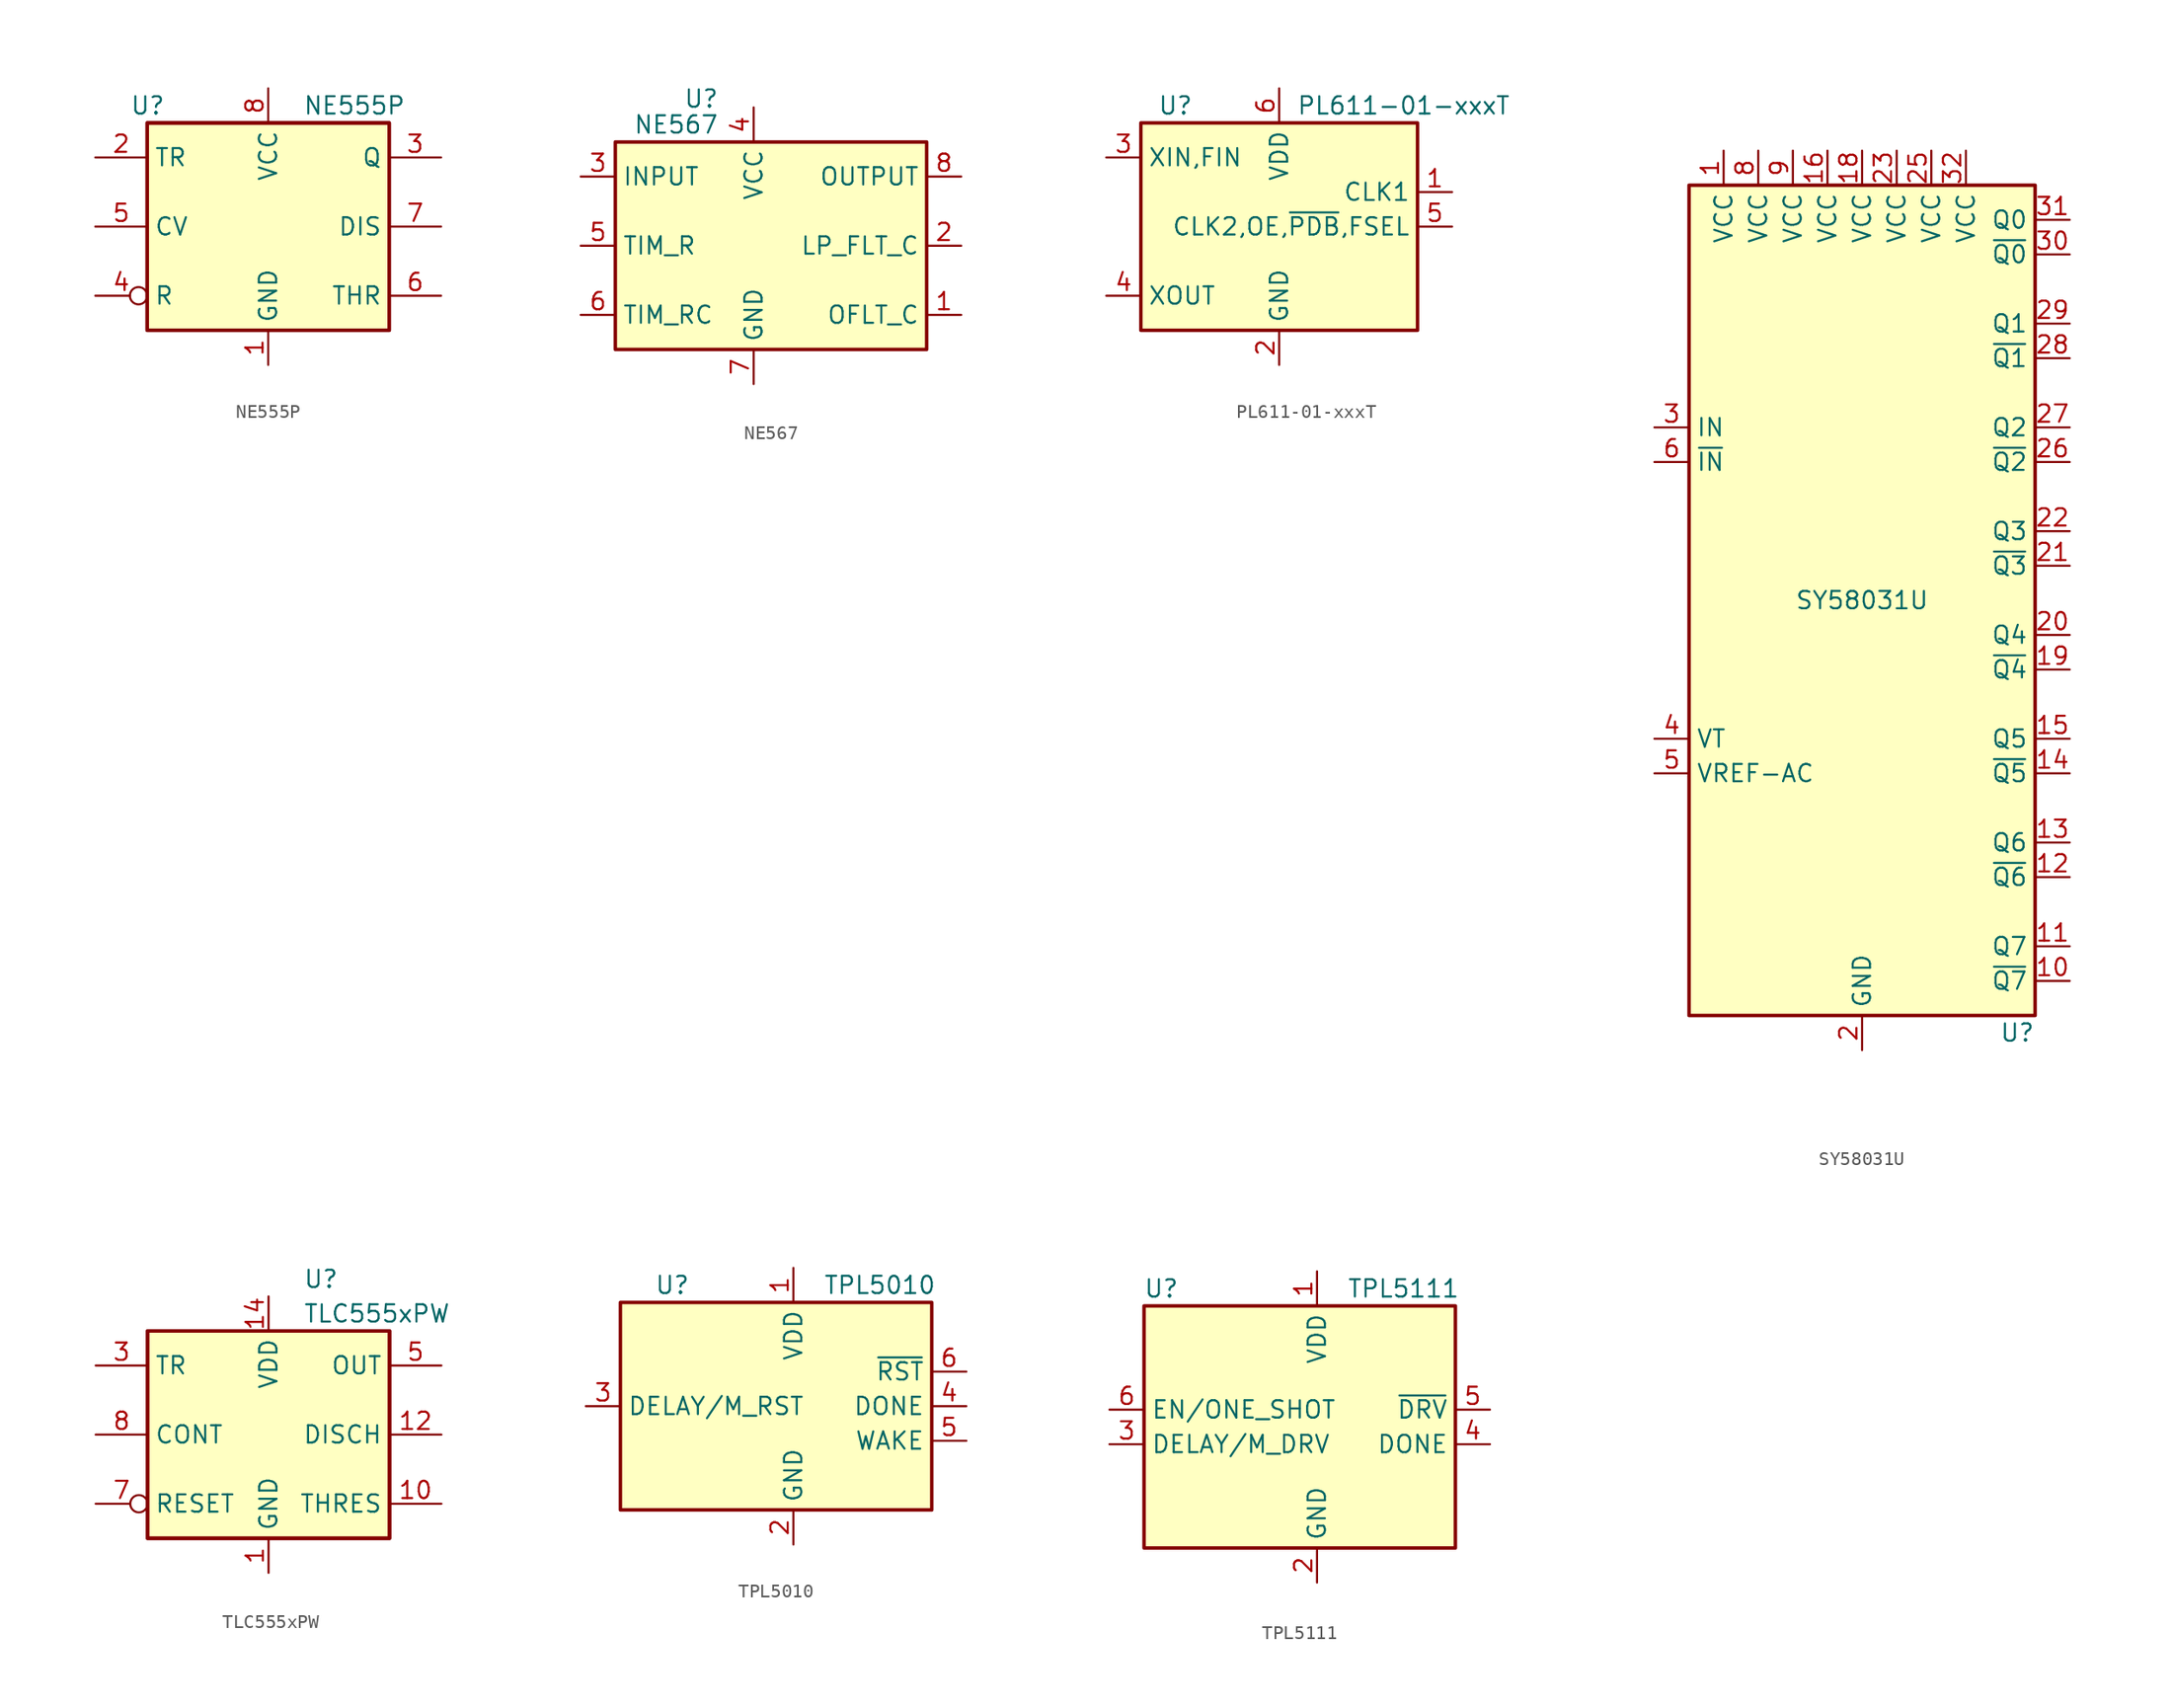
<source format=kicad_sym>
(kicad_symbol_lib
  (version 20211014)
  (generator kicad_symbol_editor)
  (symbol "NE555P"
    (property "Reference" "U"
      (at -10.16 8.89 0)
      (effects (font (size 1.27 1.27)) (justify left)))
    (property "Value" "NE555P"
      (at 2.54 8.89 0)
      (effects (font (size 1.27 1.27)) (justify left)))
    (symbol "NE555P_0_0"
      (pin power_in line (at 0 -10.16 90) (length 2.54) (name "GND" (effects (font (size 1.27 1.27)))) (number "1" (effects (font (size 1.27 1.27)))))
      (pin power_in line (at 0 10.16 270) (length 2.54) (name "VCC" (effects (font (size 1.27 1.27)))) (number "8" (effects (font (size 1.27 1.27))))))
    (symbol "NE555P_0_1"
      (rectangle (start -8.89 -7.62) (end 8.89 7.62) (stroke (width 0.254) (type default) (color 0 0 0 0)) (fill (type background)))
      (rectangle (start -8.89 -7.62) (end 8.89 7.62) (stroke (width 0.254) (type default) (color 0 0 0 0)) (fill (type background))))
    (symbol "NE555P_1_1"
      (pin input line (at -12.7 5.08 0) (length 3.81) (name "TR" (effects (font (size 1.27 1.27)))) (number "2" (effects (font (size 1.27 1.27)))))
      (pin output line (at 12.7 5.08 180) (length 3.81) (name "Q" (effects (font (size 1.27 1.27)))) (number "3" (effects (font (size 1.27 1.27)))))
      (pin input inverted (at -12.7 -5.08 0) (length 3.81) (name "R" (effects (font (size 1.27 1.27)))) (number "4" (effects (font (size 1.27 1.27)))))
      (pin input line (at -12.7 0 0) (length 3.81) (name "CV" (effects (font (size 1.27 1.27)))) (number "5" (effects (font (size 1.27 1.27)))))
      (pin input line (at 12.7 -5.08 180) (length 3.81) (name "THR" (effects (font (size 1.27 1.27)))) (number "6" (effects (font (size 1.27 1.27)))))
      (pin input line (at 12.7 0 180) (length 3.81) (name "DIS" (effects (font (size 1.27 1.27)))) (number "7" (effects (font (size 1.27 1.27)))))))
  (symbol "NE567"
    (property "Reference" "U"
      (at -2.54 10.795 0)
      (effects (font (size 1.27 1.27)) (justify right)))
    (property "Value" "NE567"
      (at -2.54 8.89 0)
      (effects (font (size 1.27 1.27)) (justify right)))
    (symbol "NE567_0_1"
      (rectangle (start -10.16 7.62) (end 12.7 -7.62) (stroke (width 0.254) (type default) (color 0 0 0 0)) (fill (type background))))
    (symbol "NE567_1_1"
      (pin output line (at 15.24 -5.08 180) (length 2.54) (name "OFLT_C" (effects (font (size 1.27 1.27)))) (number "1" (effects (font (size 1.27 1.27)))))
      (pin output line (at 15.24 0 180) (length 2.54) (name "LP_FLT_C" (effects (font (size 1.27 1.27)))) (number "2" (effects (font (size 1.27 1.27)))))
      (pin input line (at -12.7 5.08 0) (length 2.54) (name "INPUT" (effects (font (size 1.27 1.27)))) (number "3" (effects (font (size 1.27 1.27)))))
      (pin power_in line (at 0 10.16 270) (length 2.54) (name "VCC" (effects (font (size 1.27 1.27)))) (number "4" (effects (font (size 1.27 1.27)))))
      (pin input line (at -12.7 0 0) (length 2.54) (name "TIM_R" (effects (font (size 1.27 1.27)))) (number "5" (effects (font (size 1.27 1.27)))))
      (pin input line (at -12.7 -5.08 0) (length 2.54) (name "TIM_RC" (effects (font (size 1.27 1.27)))) (number "6" (effects (font (size 1.27 1.27)))))
      (pin power_in line (at 0 -10.16 90) (length 2.54) (name "GND" (effects (font (size 1.27 1.27)))) (number "7" (effects (font (size 1.27 1.27)))))
      (pin output line (at 15.24 5.08 180) (length 2.54) (name "OUTPUT" (effects (font (size 1.27 1.27)))) (number "8" (effects (font (size 1.27 1.27)))))))
  (symbol "PL611-01-xxxT"
    (property "Reference" "U"
      (at -7.62 8.89 0)
      (effects (font (size 1.27 1.27))))
    (property "Value" "PL611-01-xxxT"
      (at 1.27 8.89 0)
      (effects (font (size 1.27 1.27)) (justify left)))
    (symbol "PL611-01-xxxT_0_1"
      (rectangle (start -10.16 7.62) (end 10.16 -7.62) (stroke (width 0.254) (type default) (color 0 0 0 0)) (fill (type background))))
    (symbol "PL611-01-xxxT_1_1"
      (pin output line (at 12.7 2.54 180) (length 2.54) (name "CLK1" (effects (font (size 1.27 1.27)))) (number "1" (effects (font (size 1.27 1.27)))))
      (pin power_in line (at 0 -10.16 90) (length 2.54) (name "GND" (effects (font (size 1.27 1.27)))) (number "2" (effects (font (size 1.27 1.27)))))
      (pin input line (at -12.7 5.08 0) (length 2.54) (name "XIN,FIN" (effects (font (size 1.27 1.27)))) (number "3" (effects (font (size 1.27 1.27)))))
      (pin output line (at -12.7 -5.08 0) (length 2.54) (name "XOUT" (effects (font (size 1.27 1.27)))) (number "4" (effects (font (size 1.27 1.27)))))
      (pin bidirectional line (at 12.7 0 180) (length 2.54) (name "CLK2,OE,~{PDB},FSEL" (effects (font (size 1.27 1.27)))) (number "5" (effects (font (size 1.27 1.27)))))
      (pin power_in line (at 0 10.16 270) (length 2.54) (name "VDD" (effects (font (size 1.27 1.27)))) (number "6" (effects (font (size 1.27 1.27)))))))
  (symbol "SY58031U"
    (property "Reference" "U"
      (at 12.7 -31.75 0)
      (effects (font (size 1.27 1.27)) (justify right)))
    (property "Value" "SY58031U"
      (at 0 0 0)
      (effects (font (size 1.27 1.27))))
    (symbol "SY58031U_0_1"
      (rectangle (start 12.7 30.48) (end -12.7 -30.48) (stroke (width 0.254) (type default) (color 0 0 0 0)) (fill (type background))))
    (symbol "SY58031U_1_1"
      (pin power_in line (at -10.16 33.02 270) (length 2.54) (name "VCC" (effects (font (size 1.27 1.27)))) (number "1" (effects (font (size 1.27 1.27)))))
      (pin output line (at 15.24 -27.94 180) (length 2.54) (name "~{Q7}" (effects (font (size 1.27 1.27)))) (number "10" (effects (font (size 1.27 1.27)))))
      (pin output line (at 15.24 -25.4 180) (length 2.54) (name "Q7" (effects (font (size 1.27 1.27)))) (number "11" (effects (font (size 1.27 1.27)))))
      (pin output line (at 15.24 -20.32 180) (length 2.54) (name "~{Q6}" (effects (font (size 1.27 1.27)))) (number "12" (effects (font (size 1.27 1.27)))))
      (pin output line (at 15.24 -17.78 180) (length 2.54) (name "Q6" (effects (font (size 1.27 1.27)))) (number "13" (effects (font (size 1.27 1.27)))))
      (pin output line (at 15.24 -12.7 180) (length 2.54) (name "~{Q5}" (effects (font (size 1.27 1.27)))) (number "14" (effects (font (size 1.27 1.27)))))
      (pin output line (at 15.24 -10.16 180) (length 2.54) (name "Q5" (effects (font (size 1.27 1.27)))) (number "15" (effects (font (size 1.27 1.27)))))
      (pin power_in line (at -2.54 33.02 270) (length 2.54) (name "VCC" (effects (font (size 1.27 1.27)))) (number "16" (effects (font (size 1.27 1.27)))))
      (pin passive line (at 0 -33.02 90) (length 2.54) hide (name "GND" (effects (font (size 1.27 1.27)))) (number "17" (effects (font (size 1.27 1.27)))))
      (pin power_in line (at 0 33.02 270) (length 2.54) (name "VCC" (effects (font (size 1.27 1.27)))) (number "18" (effects (font (size 1.27 1.27)))))
      (pin output line (at 15.24 -5.08 180) (length 2.54) (name "~{Q4}" (effects (font (size 1.27 1.27)))) (number "19" (effects (font (size 1.27 1.27)))))
      (pin power_in line (at 0 -33.02 90) (length 2.54) (name "GND" (effects (font (size 1.27 1.27)))) (number "2" (effects (font (size 1.27 1.27)))))
      (pin output line (at 15.24 -2.54 180) (length 2.54) (name "Q4" (effects (font (size 1.27 1.27)))) (number "20" (effects (font (size 1.27 1.27)))))
      (pin output line (at 15.24 2.54 180) (length 2.54) (name "~{Q3}" (effects (font (size 1.27 1.27)))) (number "21" (effects (font (size 1.27 1.27)))))
      (pin output line (at 15.24 5.08 180) (length 2.54) (name "Q3" (effects (font (size 1.27 1.27)))) (number "22" (effects (font (size 1.27 1.27)))))
      (pin power_in line (at 2.54 33.02 270) (length 2.54) (name "VCC" (effects (font (size 1.27 1.27)))) (number "23" (effects (font (size 1.27 1.27)))))
      (pin passive line (at 0 -33.02 90) (length 2.54) hide (name "GND" (effects (font (size 1.27 1.27)))) (number "24" (effects (font (size 1.27 1.27)))))
      (pin power_in line (at 5.08 33.02 270) (length 2.54) (name "VCC" (effects (font (size 1.27 1.27)))) (number "25" (effects (font (size 1.27 1.27)))))
      (pin output line (at 15.24 10.16 180) (length 2.54) (name "~{Q2}" (effects (font (size 1.27 1.27)))) (number "26" (effects (font (size 1.27 1.27)))))
      (pin output line (at 15.24 12.7 180) (length 2.54) (name "Q2" (effects (font (size 1.27 1.27)))) (number "27" (effects (font (size 1.27 1.27)))))
      (pin output line (at 15.24 17.78 180) (length 2.54) (name "~{Q1}" (effects (font (size 1.27 1.27)))) (number "28" (effects (font (size 1.27 1.27)))))
      (pin output line (at 15.24 20.32 180) (length 2.54) (name "Q1" (effects (font (size 1.27 1.27)))) (number "29" (effects (font (size 1.27 1.27)))))
      (pin input line (at -15.24 12.7 0) (length 2.54) (name "IN" (effects (font (size 1.27 1.27)))) (number "3" (effects (font (size 1.27 1.27)))))
      (pin output line (at 15.24 25.4 180) (length 2.54) (name "~{Q0}" (effects (font (size 1.27 1.27)))) (number "30" (effects (font (size 1.27 1.27)))))
      (pin output line (at 15.24 27.94 180) (length 2.54) (name "Q0" (effects (font (size 1.27 1.27)))) (number "31" (effects (font (size 1.27 1.27)))))
      (pin power_in line (at 7.62 33.02 270) (length 2.54) (name "VCC" (effects (font (size 1.27 1.27)))) (number "32" (effects (font (size 1.27 1.27)))))
      (pin passive line (at 0 -33.02 90) (length 2.54) hide (name "GND" (effects (font (size 1.27 1.27)))) (number "33" (effects (font (size 1.27 1.27)))))
      (pin passive line (at -15.24 -10.16 0) (length 2.54) (name "VT" (effects (font (size 1.27 1.27)))) (number "4" (effects (font (size 1.27 1.27)))))
      (pin passive line (at -15.24 -12.7 0) (length 2.54) (name "VREF-AC" (effects (font (size 1.27 1.27)))) (number "5" (effects (font (size 1.27 1.27)))))
      (pin input line (at -15.24 10.16 0) (length 2.54) (name "~{IN}" (effects (font (size 1.27 1.27)))) (number "6" (effects (font (size 1.27 1.27)))))
      (pin passive line (at 0 -33.02 90) (length 2.54) hide (name "GND" (effects (font (size 1.27 1.27)))) (number "7" (effects (font (size 1.27 1.27)))))
      (pin power_in line (at -7.62 33.02 270) (length 2.54) (name "VCC" (effects (font (size 1.27 1.27)))) (number "8" (effects (font (size 1.27 1.27)))))
      (pin power_in line (at -5.08 33.02 270) (length 2.54) (name "VCC" (effects (font (size 1.27 1.27)))) (number "9" (effects (font (size 1.27 1.27)))))))
  (symbol "TLC555xPW"
    (property "Reference" "U"
      (at 2.54 11.43 0)
      (effects (font (size 1.27 1.27)) (justify left)))
    (property "Value" "TLC555xPW"
      (at 2.54 8.89 0)
      (effects (font (size 1.27 1.27)) (justify left)))
    (symbol "TLC555xPW_0_0"
      (pin power_in line (at 0 -10.16 90) (length 2.54) (name "GND" (effects (font (size 1.27 1.27)))) (number "1" (effects (font (size 1.27 1.27)))))
      (pin power_in line (at 0 10.16 270) (length 2.54) (name "VDD" (effects (font (size 1.27 1.27)))) (number "14" (effects (font (size 1.27 1.27))))))
    (symbol "TLC555xPW_0_1"
      (rectangle (start -8.89 -7.62) (end 8.89 7.62) (stroke (width 0.254) (type default) (color 0 0 0 0)) (fill (type background)))
      (rectangle (start -8.89 -7.62) (end 8.89 7.62) (stroke (width 0.254) (type default) (color 0 0 0 0)) (fill (type background))))
    (symbol "TLC555xPW_1_1"
      (pin input line (at 12.7 -5.08 180) (length 3.81) (name "THRES" (effects (font (size 1.27 1.27)))) (number "10" (effects (font (size 1.27 1.27)))))
      (pin no_connect line (at 0 0 270) (length 2.54) hide (name "NC" (effects (font (size 1.27 1.27)))) (number "11" (effects (font (size 1.27 1.27)))))
      (pin input line (at 12.7 0 180) (length 3.81) (name "DISCH" (effects (font (size 1.27 1.27)))) (number "12" (effects (font (size 1.27 1.27)))))
      (pin no_connect line (at 2.54 0 270) (length 2.54) hide (name "NC" (effects (font (size 1.27 1.27)))) (number "13" (effects (font (size 1.27 1.27)))))
      (pin no_connect line (at -2.54 5.08 270) (length 2.54) hide (name "NC" (effects (font (size 1.27 1.27)))) (number "2" (effects (font (size 1.27 1.27)))))
      (pin input line (at -12.7 5.08 0) (length 3.81) (name "TR" (effects (font (size 1.27 1.27)))) (number "3" (effects (font (size 1.27 1.27)))))
      (pin no_connect line (at 0 5.08 270) (length 2.54) hide (name "NC" (effects (font (size 1.27 1.27)))) (number "4" (effects (font (size 1.27 1.27)))))
      (pin output line (at 12.7 5.08 180) (length 3.81) (name "OUT" (effects (font (size 1.27 1.27)))) (number "5" (effects (font (size 1.27 1.27)))))
      (pin no_connect line (at 2.54 5.08 270) (length 2.54) hide (name "NC" (effects (font (size 1.27 1.27)))) (number "6" (effects (font (size 1.27 1.27)))))
      (pin input inverted (at -12.7 -5.08 0) (length 3.81) (name "RESET" (effects (font (size 1.27 1.27)))) (number "7" (effects (font (size 1.27 1.27)))))
      (pin input line (at -12.7 0 0) (length 3.81) (name "CONT" (effects (font (size 1.27 1.27)))) (number "8" (effects (font (size 1.27 1.27)))))
      (pin no_connect line (at -2.54 0 270) (length 2.54) hide (name "NC" (effects (font (size 1.27 1.27)))) (number "9" (effects (font (size 1.27 1.27)))))))
  (symbol "TPL5010"
    (property "Reference" "U"
      (at -8.89 8.89 0)
      (effects (font (size 1.27 1.27))))
    (property "Value" "TPL5010"
      (at 6.35 8.89 0)
      (effects (font (size 1.27 1.27))))
    (symbol "TPL5010_0_1"
      (rectangle (start -12.7 7.62) (end 10.16 -7.62) (stroke (width 0.254) (type default) (color 0 0 0 0)) (fill (type background))))
    (symbol "TPL5010_1_1"
      (pin power_in line (at 0 10.16 270) (length 2.54) (name "VDD" (effects (font (size 1.27 1.27)))) (number "1" (effects (font (size 1.27 1.27)))))
      (pin power_in line (at 0 -10.16 90) (length 2.54) (name "GND" (effects (font (size 1.27 1.27)))) (number "2" (effects (font (size 1.27 1.27)))))
      (pin input line (at -15.24 0 0) (length 2.54) (name "DELAY/M_RST" (effects (font (size 1.27 1.27)))) (number "3" (effects (font (size 1.27 1.27)))))
      (pin input line (at 12.7 0 180) (length 2.54) (name "DONE" (effects (font (size 1.27 1.27)))) (number "4" (effects (font (size 1.27 1.27)))))
      (pin output line (at 12.7 -2.54 180) (length 2.54) (name "WAKE" (effects (font (size 1.27 1.27)))) (number "5" (effects (font (size 1.27 1.27)))))
      (pin open_collector line (at 12.7 2.54 180) (length 2.54) (name "~{RST}" (effects (font (size 1.27 1.27)))) (number "6" (effects (font (size 1.27 1.27)))))))
  (symbol "TPL5111"
    (property "Reference" "U"
      (at -11.43 11.43 0)
      (effects (font (size 1.27 1.27))))
    (property "Value" "TPL5111"
      (at 6.35 11.43 0)
      (effects (font (size 1.27 1.27))))
    (symbol "TPL5111_0_1"
      (rectangle (start -12.7 10.16) (end 10.16 -7.62) (stroke (width 0.254) (type default) (color 0 0 0 0)) (fill (type background))))
    (symbol "TPL5111_1_1"
      (pin power_in line (at 0 12.7 270) (length 2.54) (name "VDD" (effects (font (size 1.27 1.27)))) (number "1" (effects (font (size 1.27 1.27)))))
      (pin power_in line (at 0 -10.16 90) (length 2.54) (name "GND" (effects (font (size 1.27 1.27)))) (number "2" (effects (font (size 1.27 1.27)))))
      (pin input line (at -15.24 0 0) (length 2.54) (name "DELAY/M_DRV" (effects (font (size 1.27 1.27)))) (number "3" (effects (font (size 1.27 1.27)))))
      (pin input line (at 12.7 0 180) (length 2.54) (name "DONE" (effects (font (size 1.27 1.27)))) (number "4" (effects (font (size 1.27 1.27)))))
      (pin output line (at 12.7 2.54 180) (length 2.54) (name "~{DRV}" (effects (font (size 1.27 1.27)))) (number "5" (effects (font (size 1.27 1.27)))))
      (pin input line (at -15.24 2.54 0) (length 2.54) (name "EN/ONE_SHOT" (effects (font (size 1.27 1.27)))) (number "6" (effects (font (size 1.27 1.27))))))))
</source>
